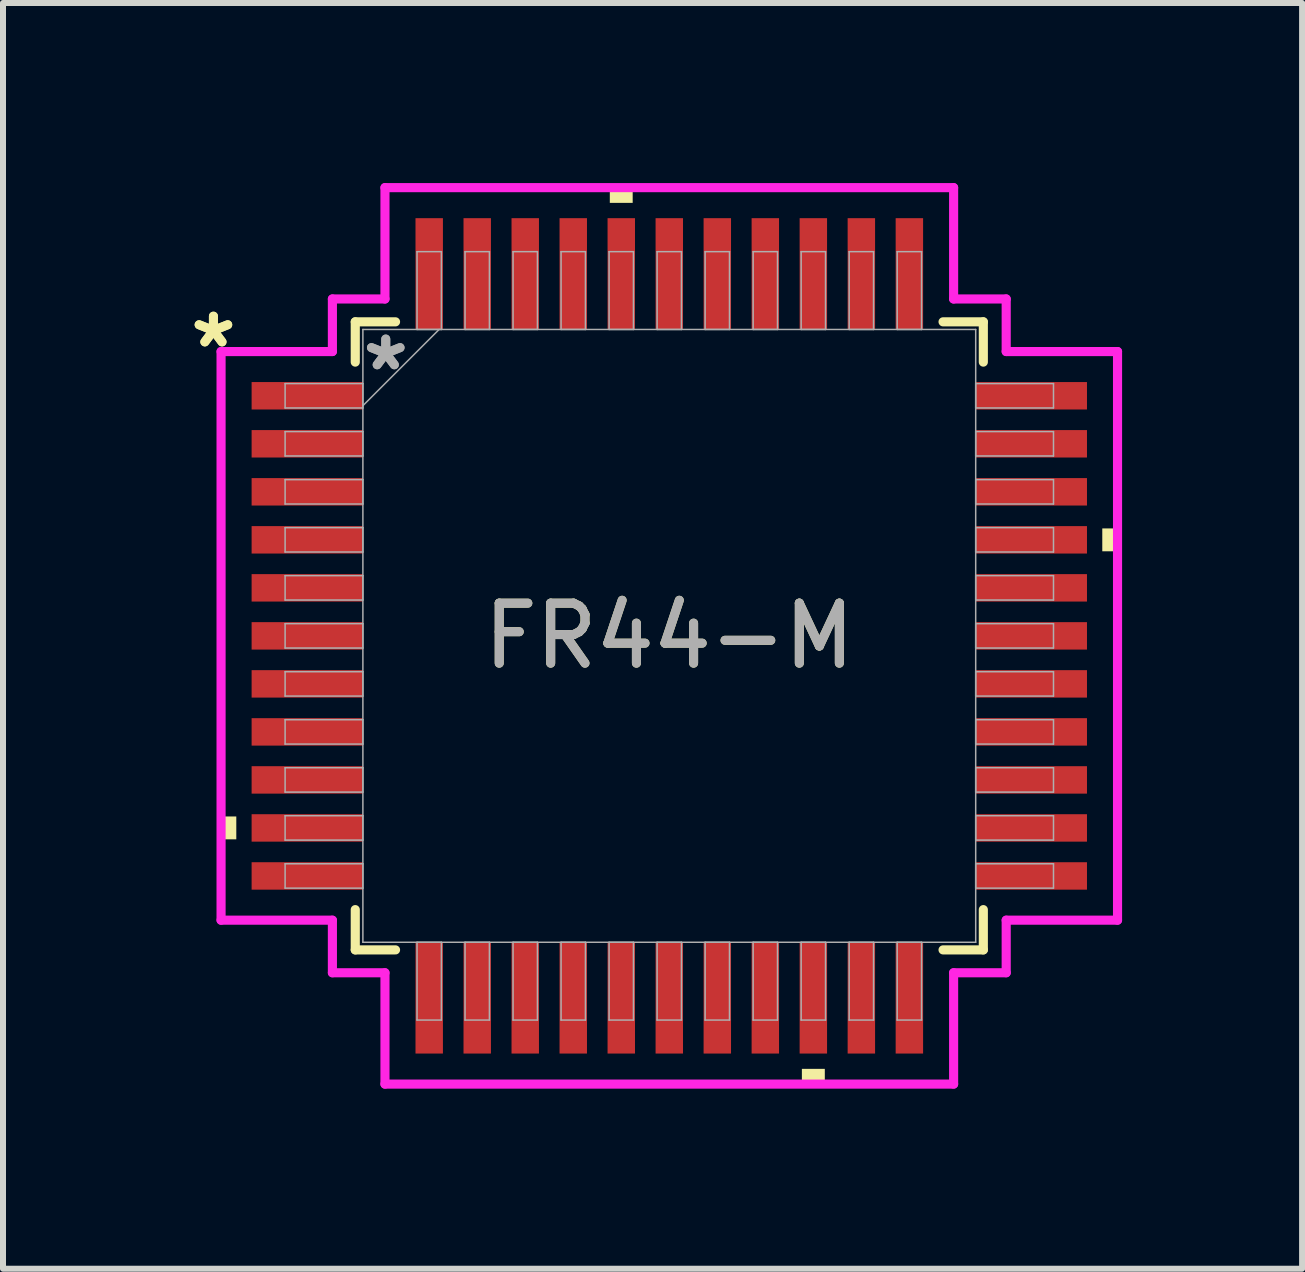
<source format=kicad_pcb>
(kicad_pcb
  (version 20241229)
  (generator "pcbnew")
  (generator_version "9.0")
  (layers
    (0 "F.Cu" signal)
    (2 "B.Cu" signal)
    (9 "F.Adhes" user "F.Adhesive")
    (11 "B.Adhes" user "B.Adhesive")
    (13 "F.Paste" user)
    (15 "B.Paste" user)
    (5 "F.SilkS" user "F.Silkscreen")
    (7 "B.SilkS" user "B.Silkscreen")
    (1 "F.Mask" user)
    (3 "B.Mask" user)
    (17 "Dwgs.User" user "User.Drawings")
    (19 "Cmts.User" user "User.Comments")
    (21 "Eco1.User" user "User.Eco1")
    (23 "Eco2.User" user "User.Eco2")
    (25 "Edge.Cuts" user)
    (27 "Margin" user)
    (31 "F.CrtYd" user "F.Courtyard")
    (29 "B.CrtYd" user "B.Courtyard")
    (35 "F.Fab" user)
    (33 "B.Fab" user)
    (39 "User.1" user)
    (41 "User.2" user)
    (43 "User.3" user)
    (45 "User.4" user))
  (footprint "FR44-M"
    (layer "F.Cu")
    (at 8.101 7.544)
    (property "Reference" "FR44-M" (at 0 0 0) (unlocked yes) (layer "F.SilkS") (effects (font (size 1 1) (thickness 0.15))))
    (attr smd)
    (fp_line (start -5.232 -5.232) (end -5.232 -4.561) (stroke (width 0.152) (type solid)) (layer "F.SilkS"))
    (fp_line (start -5.232 4.561) (end -5.232 5.232) (stroke (width 0.152) (type solid)) (layer "F.SilkS"))
    (fp_line (start -5.232 5.232) (end -4.561 5.232) (stroke (width 0.152) (type solid)) (layer "F.SilkS"))
    (fp_line (start -4.561 -5.232) (end -5.232 -5.232) (stroke (width 0.152) (type solid)) (layer "F.SilkS"))
    (fp_line (start 4.561 5.232) (end 5.232 5.232) (stroke (width 0.152) (type solid)) (layer "F.SilkS"))
    (fp_line (start 5.232 -5.232) (end 4.561 -5.232) (stroke (width 0.152) (type solid)) (layer "F.SilkS"))
    (fp_line (start 5.232 -4.561) (end 5.232 -5.232) (stroke (width 0.152) (type solid)) (layer "F.SilkS"))
    (fp_line (start 5.232 5.232) (end 5.232 4.561) (stroke (width 0.152) (type solid)) (layer "F.SilkS"))
    (fp_poly (pts (xy -7.468 3.009) (xy -7.468 3.39) (xy -7.214 3.39) (xy -7.214 3.009)) (stroke (width 0) (type solid)) (fill yes) (layer "F.SilkS"))
    (fp_poly (pts (xy -0.991 -7.214) (xy -0.991 -7.468) (xy -0.61 -7.468) (xy -0.61 -7.214)) (stroke (width 0) (type solid)) (fill yes) (layer "F.SilkS"))
    (fp_poly (pts (xy 2.209 7.214) (xy 2.209 7.468) (xy 2.591 7.468) (xy 2.591 7.214)) (stroke (width 0) (type solid)) (fill yes) (layer "F.SilkS"))
    (fp_poly (pts (xy 7.468 -1.79) (xy 7.468 -1.409) (xy 7.214 -1.409) (xy 7.214 -1.79)) (stroke (width 0) (type solid)) (fill yes) (layer "F.SilkS"))
    (fp_line (start -7.468 -4.737) (end -5.613 -4.737) (stroke (width 0.152) (type solid)) (layer "F.CrtYd"))
    (fp_line (start -7.468 4.737) (end -7.468 -4.737) (stroke (width 0.152) (type solid)) (layer "F.CrtYd"))
    (fp_line (start -5.613 -5.613) (end -4.737 -5.613) (stroke (width 0.152) (type solid)) (layer "F.CrtYd"))
    (fp_line (start -5.613 -4.737) (end -5.613 -5.613) (stroke (width 0.152) (type solid)) (layer "F.CrtYd"))
    (fp_line (start -5.613 4.737) (end -7.468 4.737) (stroke (width 0.152) (type solid)) (layer "F.CrtYd"))
    (fp_line (start -5.613 5.613) (end -5.613 4.737) (stroke (width 0.152) (type solid)) (layer "F.CrtYd"))
    (fp_line (start -5.613 5.613) (end -4.737 5.613) (stroke (width 0.152) (type solid)) (layer "F.CrtYd"))
    (fp_line (start -4.737 -7.468) (end 4.737 -7.468) (stroke (width 0.152) (type solid)) (layer "F.CrtYd"))
    (fp_line (start -4.737 -5.613) (end -4.737 -7.468) (stroke (width 0.152) (type solid)) (layer "F.CrtYd"))
    (fp_line (start -4.737 5.613) (end -4.737 7.468) (stroke (width 0.152) (type solid)) (layer "F.CrtYd"))
    (fp_line (start -4.737 7.468) (end 4.737 7.468) (stroke (width 0.152) (type solid)) (layer "F.CrtYd"))
    (fp_line (start 4.737 -7.468) (end 4.737 -5.613) (stroke (width 0.152) (type solid)) (layer "F.CrtYd"))
    (fp_line (start 4.737 -5.613) (end 5.613 -5.613) (stroke (width 0.152) (type solid)) (layer "F.CrtYd"))
    (fp_line (start 4.737 5.613) (end 5.613 5.613) (stroke (width 0.152) (type solid)) (layer "F.CrtYd"))
    (fp_line (start 4.737 7.468) (end 4.737 5.613) (stroke (width 0.152) (type solid)) (layer "F.CrtYd"))
    (fp_line (start 5.613 -4.737) (end 5.613 -5.613) (stroke (width 0.152) (type solid)) (layer "F.CrtYd"))
    (fp_line (start 5.613 4.737) (end 7.468 4.737) (stroke (width 0.152) (type solid)) (layer "F.CrtYd"))
    (fp_line (start 5.613 5.613) (end 5.613 4.737) (stroke (width 0.152) (type solid)) (layer "F.CrtYd"))
    (fp_line (start 7.468 -4.737) (end 5.613 -4.737) (stroke (width 0.152) (type solid)) (layer "F.CrtYd"))
    (fp_line (start 7.468 4.737) (end 7.468 -4.737) (stroke (width 0.152) (type solid)) (layer "F.CrtYd"))
    (fp_line (start -6.401 -4.203) (end -6.401 -3.797) (stroke (width 0.025) (type solid)) (layer "F.Fab"))
    (fp_line (start -6.401 -3.797) (end -5.105 -3.797) (stroke (width 0.025) (type solid)) (layer "F.Fab"))
    (fp_line (start -6.401 -3.403) (end -6.401 -2.997) (stroke (width 0.025) (type solid)) (layer "F.Fab"))
    (fp_line (start -6.401 -2.997) (end -5.105 -2.997) (stroke (width 0.025) (type solid)) (layer "F.Fab"))
    (fp_line (start -6.401 -2.603) (end -6.401 -2.197) (stroke (width 0.025) (type solid)) (layer "F.Fab"))
    (fp_line (start -6.401 -2.197) (end -5.105 -2.197) (stroke (width 0.025) (type solid)) (layer "F.Fab"))
    (fp_line (start -6.401 -1.803) (end -6.401 -1.397) (stroke (width 0.025) (type solid)) (layer "F.Fab"))
    (fp_line (start -6.401 -1.397) (end -5.105 -1.397) (stroke (width 0.025) (type solid)) (layer "F.Fab"))
    (fp_line (start -6.401 -1.003) (end -6.401 -0.597) (stroke (width 0.025) (type solid)) (layer "F.Fab"))
    (fp_line (start -6.401 -0.597) (end -5.105 -0.597) (stroke (width 0.025) (type solid)) (layer "F.Fab"))
    (fp_line (start -6.401 -0.203) (end -6.401 0.203) (stroke (width 0.025) (type solid)) (layer "F.Fab"))
    (fp_line (start -6.401 0.203) (end -5.105 0.203) (stroke (width 0.025) (type solid)) (layer "F.Fab"))
    (fp_line (start -6.401 0.597) (end -6.401 1.003) (stroke (width 0.025) (type solid)) (layer "F.Fab"))
    (fp_line (start -6.401 1.003) (end -5.105 1.003) (stroke (width 0.025) (type solid)) (layer "F.Fab"))
    (fp_line (start -6.401 1.397) (end -6.401 1.803) (stroke (width 0.025) (type solid)) (layer "F.Fab"))
    (fp_line (start -6.401 1.803) (end -5.105 1.803) (stroke (width 0.025) (type solid)) (layer "F.Fab"))
    (fp_line (start -6.401 2.197) (end -6.401 2.603) (stroke (width 0.025) (type solid)) (layer "F.Fab"))
    (fp_line (start -6.401 2.603) (end -5.105 2.603) (stroke (width 0.025) (type solid)) (layer "F.Fab"))
    (fp_line (start -6.401 2.997) (end -6.401 3.403) (stroke (width 0.025) (type solid)) (layer "F.Fab"))
    (fp_line (start -6.401 3.403) (end -5.105 3.403) (stroke (width 0.025) (type solid)) (layer "F.Fab"))
    (fp_line (start -6.401 3.797) (end -6.401 4.203) (stroke (width 0.025) (type solid)) (layer "F.Fab"))
    (fp_line (start -6.401 4.203) (end -5.105 4.203) (stroke (width 0.025) (type solid)) (layer "F.Fab"))
    (fp_line (start -5.105 -5.105) (end -5.105 5.105) (stroke (width 0.025) (type solid)) (layer "F.Fab"))
    (fp_line (start -5.105 -4.203) (end -6.401 -4.203) (stroke (width 0.025) (type solid)) (layer "F.Fab"))
    (fp_line (start -5.105 -3.835) (end -3.835 -5.105) (stroke (width 0.025) (type solid)) (layer "F.Fab"))
    (fp_line (start -5.105 -3.797) (end -5.105 -4.203) (stroke (width 0.025) (type solid)) (layer "F.Fab"))
    (fp_line (start -5.105 -3.403) (end -6.401 -3.403) (stroke (width 0.025) (type solid)) (layer "F.Fab"))
    (fp_line (start -5.105 -2.997) (end -5.105 -3.403) (stroke (width 0.025) (type solid)) (layer "F.Fab"))
    (fp_line (start -5.105 -2.603) (end -6.401 -2.603) (stroke (width 0.025) (type solid)) (layer "F.Fab"))
    (fp_line (start -5.105 -2.197) (end -5.105 -2.603) (stroke (width 0.025) (type solid)) (layer "F.Fab"))
    (fp_line (start -5.105 -1.803) (end -6.401 -1.803) (stroke (width 0.025) (type solid)) (layer "F.Fab"))
    (fp_line (start -5.105 -1.397) (end -5.105 -1.803) (stroke (width 0.025) (type solid)) (layer "F.Fab"))
    (fp_line (start -5.105 -1.003) (end -6.401 -1.003) (stroke (width 0.025) (type solid)) (layer "F.Fab"))
    (fp_line (start -5.105 -0.597) (end -5.105 -1.003) (stroke (width 0.025) (type solid)) (layer "F.Fab"))
    (fp_line (start -5.105 -0.203) (end -6.401 -0.203) (stroke (width 0.025) (type solid)) (layer "F.Fab"))
    (fp_line (start -5.105 0.203) (end -5.105 -0.203) (stroke (width 0.025) (type solid)) (layer "F.Fab"))
    (fp_line (start -5.105 0.597) (end -6.401 0.597) (stroke (width 0.025) (type solid)) (layer "F.Fab"))
    (fp_line (start -5.105 1.003) (end -5.105 0.597) (stroke (width 0.025) (type solid)) (layer "F.Fab"))
    (fp_line (start -5.105 1.397) (end -6.401 1.397) (stroke (width 0.025) (type solid)) (layer "F.Fab"))
    (fp_line (start -5.105 1.803) (end -5.105 1.397) (stroke (width 0.025) (type solid)) (layer "F.Fab"))
    (fp_line (start -5.105 2.197) (end -6.401 2.197) (stroke (width 0.025) (type solid)) (layer "F.Fab"))
    (fp_line (start -5.105 2.603) (end -5.105 2.197) (stroke (width 0.025) (type solid)) (layer "F.Fab"))
    (fp_line (start -5.105 2.997) (end -6.401 2.997) (stroke (width 0.025) (type solid)) (layer "F.Fab"))
    (fp_line (start -5.105 3.403) (end -5.105 2.997) (stroke (width 0.025) (type solid)) (layer "F.Fab"))
    (fp_line (start -5.105 3.797) (end -6.401 3.797) (stroke (width 0.025) (type solid)) (layer "F.Fab"))
    (fp_line (start -5.105 4.203) (end -5.105 3.797) (stroke (width 0.025) (type solid)) (layer "F.Fab"))
    (fp_line (start -5.105 5.105) (end 5.105 5.105) (stroke (width 0.025) (type solid)) (layer "F.Fab"))
    (fp_line (start -4.203 5.105) (end -4.203 6.401) (stroke (width 0.025) (type solid)) (layer "F.Fab"))
    (fp_line (start -4.203 6.401) (end -3.797 6.401) (stroke (width 0.025) (type solid)) (layer "F.Fab"))
    (fp_line (start -4.203 -6.401) (end -4.203 -5.105) (stroke (width 0.025) (type solid)) (layer "F.Fab"))
    (fp_line (start -4.203 -5.105) (end -3.797 -5.105) (stroke (width 0.025) (type solid)) (layer "F.Fab"))
    (fp_line (start -3.797 5.105) (end -4.203 5.105) (stroke (width 0.025) (type solid)) (layer "F.Fab"))
    (fp_line (start -3.797 6.401) (end -3.797 5.105) (stroke (width 0.025) (type solid)) (layer "F.Fab"))
    (fp_line (start -3.797 -6.401) (end -4.203 -6.401) (stroke (width 0.025) (type solid)) (layer "F.Fab"))
    (fp_line (start -3.797 -5.105) (end -3.797 -6.401) (stroke (width 0.025) (type solid)) (layer "F.Fab"))
    (fp_line (start -3.403 -6.401) (end -3.403 -5.105) (stroke (width 0.025) (type solid)) (layer "F.Fab"))
    (fp_line (start -3.403 -5.105) (end -2.997 -5.105) (stroke (width 0.025) (type solid)) (layer "F.Fab"))
    (fp_line (start -3.403 5.105) (end -3.403 6.401) (stroke (width 0.025) (type solid)) (layer "F.Fab"))
    (fp_line (start -3.403 6.401) (end -2.997 6.401) (stroke (width 0.025) (type solid)) (layer "F.Fab"))
    (fp_line (start -2.997 -6.401) (end -3.403 -6.401) (stroke (width 0.025) (type solid)) (layer "F.Fab"))
    (fp_line (start -2.997 -5.105) (end -2.997 -6.401) (stroke (width 0.025) (type solid)) (layer "F.Fab"))
    (fp_line (start -2.997 5.105) (end -3.403 5.105) (stroke (width 0.025) (type solid)) (layer "F.Fab"))
    (fp_line (start -2.997 6.401) (end -2.997 5.105) (stroke (width 0.025) (type solid)) (layer "F.Fab"))
    (fp_line (start -2.603 -6.401) (end -2.603 -5.105) (stroke (width 0.025) (type solid)) (layer "F.Fab"))
    (fp_line (start -2.603 -5.105) (end -2.197 -5.105) (stroke (width 0.025) (type solid)) (layer "F.Fab"))
    (fp_line (start -2.603 5.105) (end -2.603 6.401) (stroke (width 0.025) (type solid)) (layer "F.Fab"))
    (fp_line (start -2.603 6.401) (end -2.197 6.401) (stroke (width 0.025) (type solid)) (layer "F.Fab"))
    (fp_line (start -2.197 -6.401) (end -2.603 -6.401) (stroke (width 0.025) (type solid)) (layer "F.Fab"))
    (fp_line (start -2.197 -5.105) (end -2.197 -6.401) (stroke (width 0.025) (type solid)) (layer "F.Fab"))
    (fp_line (start -2.197 5.105) (end -2.603 5.105) (stroke (width 0.025) (type solid)) (layer "F.Fab"))
    (fp_line (start -2.197 6.401) (end -2.197 5.105) (stroke (width 0.025) (type solid)) (layer "F.Fab"))
    (fp_line (start -1.803 -6.401) (end -1.803 -5.105) (stroke (width 0.025) (type solid)) (layer "F.Fab"))
    (fp_line (start -1.803 -5.105) (end -1.397 -5.105) (stroke (width 0.025) (type solid)) (layer "F.Fab"))
    (fp_line (start -1.803 5.105) (end -1.803 6.401) (stroke (width 0.025) (type solid)) (layer "F.Fab"))
    (fp_line (start -1.803 6.401) (end -1.397 6.401) (stroke (width 0.025) (type solid)) (layer "F.Fab"))
    (fp_line (start -1.397 -6.401) (end -1.803 -6.401) (stroke (width 0.025) (type solid)) (layer "F.Fab"))
    (fp_line (start -1.397 -5.105) (end -1.397 -6.401) (stroke (width 0.025) (type solid)) (layer "F.Fab"))
    (fp_line (start -1.397 5.105) (end -1.803 5.105) (stroke (width 0.025) (type solid)) (layer "F.Fab"))
    (fp_line (start -1.397 6.401) (end -1.397 5.105) (stroke (width 0.025) (type solid)) (layer "F.Fab"))
    (fp_line (start -1.003 -6.401) (end -1.003 -5.105) (stroke (width 0.025) (type solid)) (layer "F.Fab"))
    (fp_line (start -1.003 -5.105) (end -0.597 -5.105) (stroke (width 0.025) (type solid)) (layer "F.Fab"))
    (fp_line (start -1.003 5.105) (end -1.003 6.401) (stroke (width 0.025) (type solid)) (layer "F.Fab"))
    (fp_line (start -1.003 6.401) (end -0.597 6.401) (stroke (width 0.025) (type solid)) (layer "F.Fab"))
    (fp_line (start -0.597 -6.401) (end -1.003 -6.401) (stroke (width 0.025) (type solid)) (layer "F.Fab"))
    (fp_line (start -0.597 -5.105) (end -0.597 -6.401) (stroke (width 0.025) (type solid)) (layer "F.Fab"))
    (fp_line (start -0.597 5.105) (end -1.003 5.105) (stroke (width 0.025) (type solid)) (layer "F.Fab"))
    (fp_line (start -0.597 6.401) (end -0.597 5.105) (stroke (width 0.025) (type solid)) (layer "F.Fab"))
    (fp_line (start -0.203 -6.401) (end -0.203 -5.105) (stroke (width 0.025) (type solid)) (layer "F.Fab"))
    (fp_line (start -0.203 -5.105) (end 0.203 -5.105) (stroke (width 0.025) (type solid)) (layer "F.Fab"))
    (fp_line (start -0.203 5.105) (end -0.203 6.401) (stroke (width 0.025) (type solid)) (layer "F.Fab"))
    (fp_line (start -0.203 6.401) (end 0.203 6.401) (stroke (width 0.025) (type solid)) (layer "F.Fab"))
    (fp_line (start 0.203 -6.401) (end -0.203 -6.401) (stroke (width 0.025) (type solid)) (layer "F.Fab"))
    (fp_line (start 0.203 -5.105) (end 0.203 -6.401) (stroke (width 0.025) (type solid)) (layer "F.Fab"))
    (fp_line (start 0.203 5.105) (end -0.203 5.105) (stroke (width 0.025) (type solid)) (layer "F.Fab"))
    (fp_line (start 0.203 6.401) (end 0.203 5.105) (stroke (width 0.025) (type solid)) (layer "F.Fab"))
    (fp_line (start 0.597 -6.401) (end 0.597 -5.105) (stroke (width 0.025) (type solid)) (layer "F.Fab"))
    (fp_line (start 0.597 -5.105) (end 1.003 -5.105) (stroke (width 0.025) (type solid)) (layer "F.Fab"))
    (fp_line (start 0.597 5.105) (end 0.597 6.401) (stroke (width 0.025) (type solid)) (layer "F.Fab"))
    (fp_line (start 0.597 6.401) (end 1.003 6.401) (stroke (width 0.025) (type solid)) (layer "F.Fab"))
    (fp_line (start 1.003 -6.401) (end 0.597 -6.401) (stroke (width 0.025) (type solid)) (layer "F.Fab"))
    (fp_line (start 1.003 -5.105) (end 1.003 -6.401) (stroke (width 0.025) (type solid)) (layer "F.Fab"))
    (fp_line (start 1.003 5.105) (end 0.597 5.105) (stroke (width 0.025) (type solid)) (layer "F.Fab"))
    (fp_line (start 1.003 6.401) (end 1.003 5.105) (stroke (width 0.025) (type solid)) (layer "F.Fab"))
    (fp_line (start 1.397 -6.401) (end 1.397 -5.105) (stroke (width 0.025) (type solid)) (layer "F.Fab"))
    (fp_line (start 1.397 -5.105) (end 1.803 -5.105) (stroke (width 0.025) (type solid)) (layer "F.Fab"))
    (fp_line (start 1.397 5.105) (end 1.397 6.401) (stroke (width 0.025) (type solid)) (layer "F.Fab"))
    (fp_line (start 1.397 6.401) (end 1.803 6.401) (stroke (width 0.025) (type solid)) (layer "F.Fab"))
    (fp_line (start 1.803 -6.401) (end 1.397 -6.401) (stroke (width 0.025) (type solid)) (layer "F.Fab"))
    (fp_line (start 1.803 -5.105) (end 1.803 -6.401) (stroke (width 0.025) (type solid)) (layer "F.Fab"))
    (fp_line (start 1.803 5.105) (end 1.397 5.105) (stroke (width 0.025) (type solid)) (layer "F.Fab"))
    (fp_line (start 1.803 6.401) (end 1.803 5.105) (stroke (width 0.025) (type solid)) (layer "F.Fab"))
    (fp_line (start 2.197 -6.401) (end 2.197 -5.105) (stroke (width 0.025) (type solid)) (layer "F.Fab"))
    (fp_line (start 2.197 -5.105) (end 2.603 -5.105) (stroke (width 0.025) (type solid)) (layer "F.Fab"))
    (fp_line (start 2.197 5.105) (end 2.197 6.401) (stroke (width 0.025) (type solid)) (layer "F.Fab"))
    (fp_line (start 2.197 6.401) (end 2.603 6.401) (stroke (width 0.025) (type solid)) (layer "F.Fab"))
    (fp_line (start 2.603 -6.401) (end 2.197 -6.401) (stroke (width 0.025) (type solid)) (layer "F.Fab"))
    (fp_line (start 2.603 -5.105) (end 2.603 -6.401) (stroke (width 0.025) (type solid)) (layer "F.Fab"))
    (fp_line (start 2.603 5.105) (end 2.197 5.105) (stroke (width 0.025) (type solid)) (layer "F.Fab"))
    (fp_line (start 2.603 6.401) (end 2.603 5.105) (stroke (width 0.025) (type solid)) (layer "F.Fab"))
    (fp_line (start 2.997 -6.401) (end 2.997 -5.105) (stroke (width 0.025) (type solid)) (layer "F.Fab"))
    (fp_line (start 2.997 -5.105) (end 3.403 -5.105) (stroke (width 0.025) (type solid)) (layer "F.Fab"))
    (fp_line (start 2.997 5.105) (end 2.997 6.401) (stroke (width 0.025) (type solid)) (layer "F.Fab"))
    (fp_line (start 2.997 6.401) (end 3.403 6.401) (stroke (width 0.025) (type solid)) (layer "F.Fab"))
    (fp_line (start 3.403 -6.401) (end 2.997 -6.401) (stroke (width 0.025) (type solid)) (layer "F.Fab"))
    (fp_line (start 3.403 -5.105) (end 3.403 -6.401) (stroke (width 0.025) (type solid)) (layer "F.Fab"))
    (fp_line (start 3.403 5.105) (end 2.997 5.105) (stroke (width 0.025) (type solid)) (layer "F.Fab"))
    (fp_line (start 3.403 6.401) (end 3.403 5.105) (stroke (width 0.025) (type solid)) (layer "F.Fab"))
    (fp_line (start 3.797 5.105) (end 3.797 6.401) (stroke (width 0.025) (type solid)) (layer "F.Fab"))
    (fp_line (start 3.797 6.401) (end 4.203 6.401) (stroke (width 0.025) (type solid)) (layer "F.Fab"))
    (fp_line (start 3.797 -6.401) (end 3.797 -5.105) (stroke (width 0.025) (type solid)) (layer "F.Fab"))
    (fp_line (start 3.797 -5.105) (end 4.203 -5.105) (stroke (width 0.025) (type solid)) (layer "F.Fab"))
    (fp_line (start 4.203 5.105) (end 3.797 5.105) (stroke (width 0.025) (type solid)) (layer "F.Fab"))
    (fp_line (start 4.203 6.401) (end 4.203 5.105) (stroke (width 0.025) (type solid)) (layer "F.Fab"))
    (fp_line (start 4.203 -6.401) (end 3.797 -6.401) (stroke (width 0.025) (type solid)) (layer "F.Fab"))
    (fp_line (start 4.203 -5.105) (end 4.203 -6.401) (stroke (width 0.025) (type solid)) (layer "F.Fab"))
    (fp_line (start 5.105 -5.105) (end -5.105 -5.105) (stroke (width 0.025) (type solid)) (layer "F.Fab"))
    (fp_line (start 5.105 -4.203) (end 5.105 -3.797) (stroke (width 0.025) (type solid)) (layer "F.Fab"))
    (fp_line (start 5.105 -3.797) (end 6.401 -3.797) (stroke (width 0.025) (type solid)) (layer "F.Fab"))
    (fp_line (start 5.105 -3.403) (end 5.105 -2.997) (stroke (width 0.025) (type solid)) (layer "F.Fab"))
    (fp_line (start 5.105 -2.997) (end 6.401 -2.997) (stroke (width 0.025) (type solid)) (layer "F.Fab"))
    (fp_line (start 5.105 -2.603) (end 5.105 -2.197) (stroke (width 0.025) (type solid)) (layer "F.Fab"))
    (fp_line (start 5.105 -2.197) (end 6.401 -2.197) (stroke (width 0.025) (type solid)) (layer "F.Fab"))
    (fp_line (start 5.105 -1.803) (end 5.105 -1.397) (stroke (width 0.025) (type solid)) (layer "F.Fab"))
    (fp_line (start 5.105 -1.397) (end 6.401 -1.397) (stroke (width 0.025) (type solid)) (layer "F.Fab"))
    (fp_line (start 5.105 -1.003) (end 5.105 -0.597) (stroke (width 0.025) (type solid)) (layer "F.Fab"))
    (fp_line (start 5.105 -0.597) (end 6.401 -0.597) (stroke (width 0.025) (type solid)) (layer "F.Fab"))
    (fp_line (start 5.105 -0.203) (end 5.105 0.203) (stroke (width 0.025) (type solid)) (layer "F.Fab"))
    (fp_line (start 5.105 0.203) (end 6.401 0.203) (stroke (width 0.025) (type solid)) (layer "F.Fab"))
    (fp_line (start 5.105 0.597) (end 5.105 1.003) (stroke (width 0.025) (type solid)) (layer "F.Fab"))
    (fp_line (start 5.105 1.003) (end 6.401 1.003) (stroke (width 0.025) (type solid)) (layer "F.Fab"))
    (fp_line (start 5.105 1.397) (end 5.105 1.803) (stroke (width 0.025) (type solid)) (layer "F.Fab"))
    (fp_line (start 5.105 1.803) (end 6.401 1.803) (stroke (width 0.025) (type solid)) (layer "F.Fab"))
    (fp_line (start 5.105 2.197) (end 5.105 2.603) (stroke (width 0.025) (type solid)) (layer "F.Fab"))
    (fp_line (start 5.105 2.603) (end 6.401 2.603) (stroke (width 0.025) (type solid)) (layer "F.Fab"))
    (fp_line (start 5.105 2.997) (end 5.105 3.403) (stroke (width 0.025) (type solid)) (layer "F.Fab"))
    (fp_line (start 5.105 3.403) (end 6.401 3.403) (stroke (width 0.025) (type solid)) (layer "F.Fab"))
    (fp_line (start 5.105 3.797) (end 5.105 4.203) (stroke (width 0.025) (type solid)) (layer "F.Fab"))
    (fp_line (start 5.105 4.203) (end 6.401 4.203) (stroke (width 0.025) (type solid)) (layer "F.Fab"))
    (fp_line (start 5.105 5.105) (end 5.105 -5.105) (stroke (width 0.025) (type solid)) (layer "F.Fab"))
    (fp_line (start 6.401 -4.203) (end 5.105 -4.203) (stroke (width 0.025) (type solid)) (layer "F.Fab"))
    (fp_line (start 6.401 -3.797) (end 6.401 -4.203) (stroke (width 0.025) (type solid)) (layer "F.Fab"))
    (fp_line (start 6.401 -3.403) (end 5.105 -3.403) (stroke (width 0.025) (type solid)) (layer "F.Fab"))
    (fp_line (start 6.401 -2.997) (end 6.401 -3.403) (stroke (width 0.025) (type solid)) (layer "F.Fab"))
    (fp_line (start 6.401 -2.603) (end 5.105 -2.603) (stroke (width 0.025) (type solid)) (layer "F.Fab"))
    (fp_line (start 6.401 -2.197) (end 6.401 -2.603) (stroke (width 0.025) (type solid)) (layer "F.Fab"))
    (fp_line (start 6.401 -1.803) (end 5.105 -1.803) (stroke (width 0.025) (type solid)) (layer "F.Fab"))
    (fp_line (start 6.401 -1.397) (end 6.401 -1.803) (stroke (width 0.025) (type solid)) (layer "F.Fab"))
    (fp_line (start 6.401 -1.003) (end 5.105 -1.003) (stroke (width 0.025) (type solid)) (layer "F.Fab"))
    (fp_line (start 6.401 -0.597) (end 6.401 -1.003) (stroke (width 0.025) (type solid)) (layer "F.Fab"))
    (fp_line (start 6.401 -0.203) (end 5.105 -0.203) (stroke (width 0.025) (type solid)) (layer "F.Fab"))
    (fp_line (start 6.401 0.203) (end 6.401 -0.203) (stroke (width 0.025) (type solid)) (layer "F.Fab"))
    (fp_line (start 6.401 0.597) (end 5.105 0.597) (stroke (width 0.025) (type solid)) (layer "F.Fab"))
    (fp_line (start 6.401 1.003) (end 6.401 0.597) (stroke (width 0.025) (type solid)) (layer "F.Fab"))
    (fp_line (start 6.401 1.397) (end 5.105 1.397) (stroke (width 0.025) (type solid)) (layer "F.Fab"))
    (fp_line (start 6.401 1.803) (end 6.401 1.397) (stroke (width 0.025) (type solid)) (layer "F.Fab"))
    (fp_line (start 6.401 2.197) (end 5.105 2.197) (stroke (width 0.025) (type solid)) (layer "F.Fab"))
    (fp_line (start 6.401 2.603) (end 6.401 2.197) (stroke (width 0.025) (type solid)) (layer "F.Fab"))
    (fp_line (start 6.401 2.997) (end 5.105 2.997) (stroke (width 0.025) (type solid)) (layer "F.Fab"))
    (fp_line (start 6.401 3.403) (end 6.401 2.997) (stroke (width 0.025) (type solid)) (layer "F.Fab"))
    (fp_line (start 6.401 3.797) (end 5.105 3.797) (stroke (width 0.025) (type solid)) (layer "F.Fab"))
    (fp_line (start 6.401 4.203) (end 6.401 3.797) (stroke (width 0.025) (type solid)) (layer "F.Fab"))
    (fp_text user "*" (at -7.595 -4.781 0) (unlocked yes) (layer "F.SilkS") (effects (font (size 1 1) (thickness 0.15))))
    (fp_text user "*" (at -7.595 -4.781 0) (layer "F.SilkS") (effects (font (size 1 1) (thickness 0.15))))
    (fp_text user "*" (at -4.724 -4.4 0) (unlocked yes) (layer "F.Fab") (effects (font (size 1 1) (thickness 0.15))))
    (fp_text user "*" (at -4.724 -4.4 0) (layer "F.Fab") (effects (font (size 1 1) (thickness 0.15))))
    (fp_text user "${REFERENCE}" (at 0 0 0) (unlocked yes) (layer "F.Fab") (effects (font (size 1 1) (thickness 0.15))))
    (pad "1" smd rect (at -6.032 -4 90) (size 0.457 1.854) (layers "F.Cu" "F.Mask" "F.Paste"))
    (pad "2" smd rect (at -6.032 -3.2 90) (size 0.457 1.854) (layers "F.Cu" "F.Mask" "F.Paste"))
    (pad "3" smd rect (at -6.032 -2.4 90) (size 0.457 1.854) (layers "F.Cu" "F.Mask" "F.Paste"))
    (pad "4" smd rect (at -6.032 -1.6 90) (size 0.457 1.854) (layers "F.Cu" "F.Mask" "F.Paste"))
    (pad "5" smd rect (at -6.032 -0.8 90) (size 0.457 1.854) (layers "F.Cu" "F.Mask" "F.Paste"))
    (pad "6" smd rect (at -6.032 0 90) (size 0.457 1.854) (layers "F.Cu" "F.Mask" "F.Paste"))
    (pad "7" smd rect (at -6.032 0.8 90) (size 0.457 1.854) (layers "F.Cu" "F.Mask" "F.Paste"))
    (pad "8" smd rect (at -6.032 1.6 90) (size 0.457 1.854) (layers "F.Cu" "F.Mask" "F.Paste"))
    (pad "9" smd rect (at -6.032 2.4 90) (size 0.457 1.854) (layers "F.Cu" "F.Mask" "F.Paste"))
    (pad "10" smd rect (at -6.032 3.2 90) (size 0.457 1.854) (layers "F.Cu" "F.Mask" "F.Paste"))
    (pad "11" smd rect (at -6.032 4 90) (size 0.457 1.854) (layers "F.Cu" "F.Mask" "F.Paste"))
    (pad "12" smd rect (at -4 6.032) (size 0.457 1.854) (layers "F.Cu" "F.Mask" "F.Paste"))
    (pad "13" smd rect (at -3.2 6.032) (size 0.457 1.854) (layers "F.Cu" "F.Mask" "F.Paste"))
    (pad "14" smd rect (at -2.4 6.032) (size 0.457 1.854) (layers "F.Cu" "F.Mask" "F.Paste"))
    (pad "15" smd rect (at -1.6 6.032) (size 0.457 1.854) (layers "F.Cu" "F.Mask" "F.Paste"))
    (pad "16" smd rect (at -0.8 6.032) (size 0.457 1.854) (layers "F.Cu" "F.Mask" "F.Paste"))
    (pad "17" smd rect (at 0 6.032) (size 0.457 1.854) (layers "F.Cu" "F.Mask" "F.Paste"))
    (pad "18" smd rect (at 0.8 6.032) (size 0.457 1.854) (layers "F.Cu" "F.Mask" "F.Paste"))
    (pad "19" smd rect (at 1.6 6.032) (size 0.457 1.854) (layers "F.Cu" "F.Mask" "F.Paste"))
    (pad "20" smd rect (at 2.4 6.032) (size 0.457 1.854) (layers "F.Cu" "F.Mask" "F.Paste"))
    (pad "21" smd rect (at 3.2 6.032) (size 0.457 1.854) (layers "F.Cu" "F.Mask" "F.Paste"))
    (pad "22" smd rect (at 4 6.032) (size 0.457 1.854) (layers "F.Cu" "F.Mask" "F.Paste"))
    (pad "23" smd rect (at 6.032 4 90) (size 0.457 1.854) (layers "F.Cu" "F.Mask" "F.Paste"))
    (pad "24" smd rect (at 6.032 3.2 90) (size 0.457 1.854) (layers "F.Cu" "F.Mask" "F.Paste"))
    (pad "25" smd rect (at 6.032 2.4 90) (size 0.457 1.854) (layers "F.Cu" "F.Mask" "F.Paste"))
    (pad "26" smd rect (at 6.032 1.6 90) (size 0.457 1.854) (layers "F.Cu" "F.Mask" "F.Paste"))
    (pad "27" smd rect (at 6.032 0.8 90) (size 0.457 1.854) (layers "F.Cu" "F.Mask" "F.Paste"))
    (pad "28" smd rect (at 6.032 0 90) (size 0.457 1.854) (layers "F.Cu" "F.Mask" "F.Paste"))
    (pad "29" smd rect (at 6.032 -0.8 90) (size 0.457 1.854) (layers "F.Cu" "F.Mask" "F.Paste"))
    (pad "30" smd rect (at 6.032 -1.6 90) (size 0.457 1.854) (layers "F.Cu" "F.Mask" "F.Paste"))
    (pad "31" smd rect (at 6.032 -2.4 90) (size 0.457 1.854) (layers "F.Cu" "F.Mask" "F.Paste"))
    (pad "32" smd rect (at 6.032 -3.2 90) (size 0.457 1.854) (layers "F.Cu" "F.Mask" "F.Paste"))
    (pad "33" smd rect (at 6.032 -4 90) (size 0.457 1.854) (layers "F.Cu" "F.Mask" "F.Paste"))
    (pad "34" smd rect (at 4 -6.032) (size 0.457 1.854) (layers "F.Cu" "F.Mask" "F.Paste"))
    (pad "35" smd rect (at 3.2 -6.032) (size 0.457 1.854) (layers "F.Cu" "F.Mask" "F.Paste"))
    (pad "36" smd rect (at 2.4 -6.032) (size 0.457 1.854) (layers "F.Cu" "F.Mask" "F.Paste"))
    (pad "37" smd rect (at 1.6 -6.032) (size 0.457 1.854) (layers "F.Cu" "F.Mask" "F.Paste"))
    (pad "38" smd rect (at 0.8 -6.032) (size 0.457 1.854) (layers "F.Cu" "F.Mask" "F.Paste"))
    (pad "39" smd rect (at 0 -6.032) (size 0.457 1.854) (layers "F.Cu" "F.Mask" "F.Paste"))
    (pad "40" smd rect (at -0.8 -6.032) (size 0.457 1.854) (layers "F.Cu" "F.Mask" "F.Paste"))
    (pad "41" smd rect (at -1.6 -6.032) (size 0.457 1.854) (layers "F.Cu" "F.Mask" "F.Paste"))
    (pad "42" smd rect (at -2.4 -6.032) (size 0.457 1.854) (layers "F.Cu" "F.Mask" "F.Paste"))
    (pad "43" smd rect (at -3.2 -6.032) (size 0.457 1.854) (layers "F.Cu" "F.Mask" "F.Paste"))
    (pad "44" smd rect (at -4 -6.032) (size 0.457 1.854) (layers "F.Cu" "F.Mask" "F.Paste")))
  (gr_rect
    (start -3 -3)
    (end 18.644 18.088)
    (stroke (width 0.1) (type default))
    (fill no)
    (layer "Edge.Cuts")))
</source>
